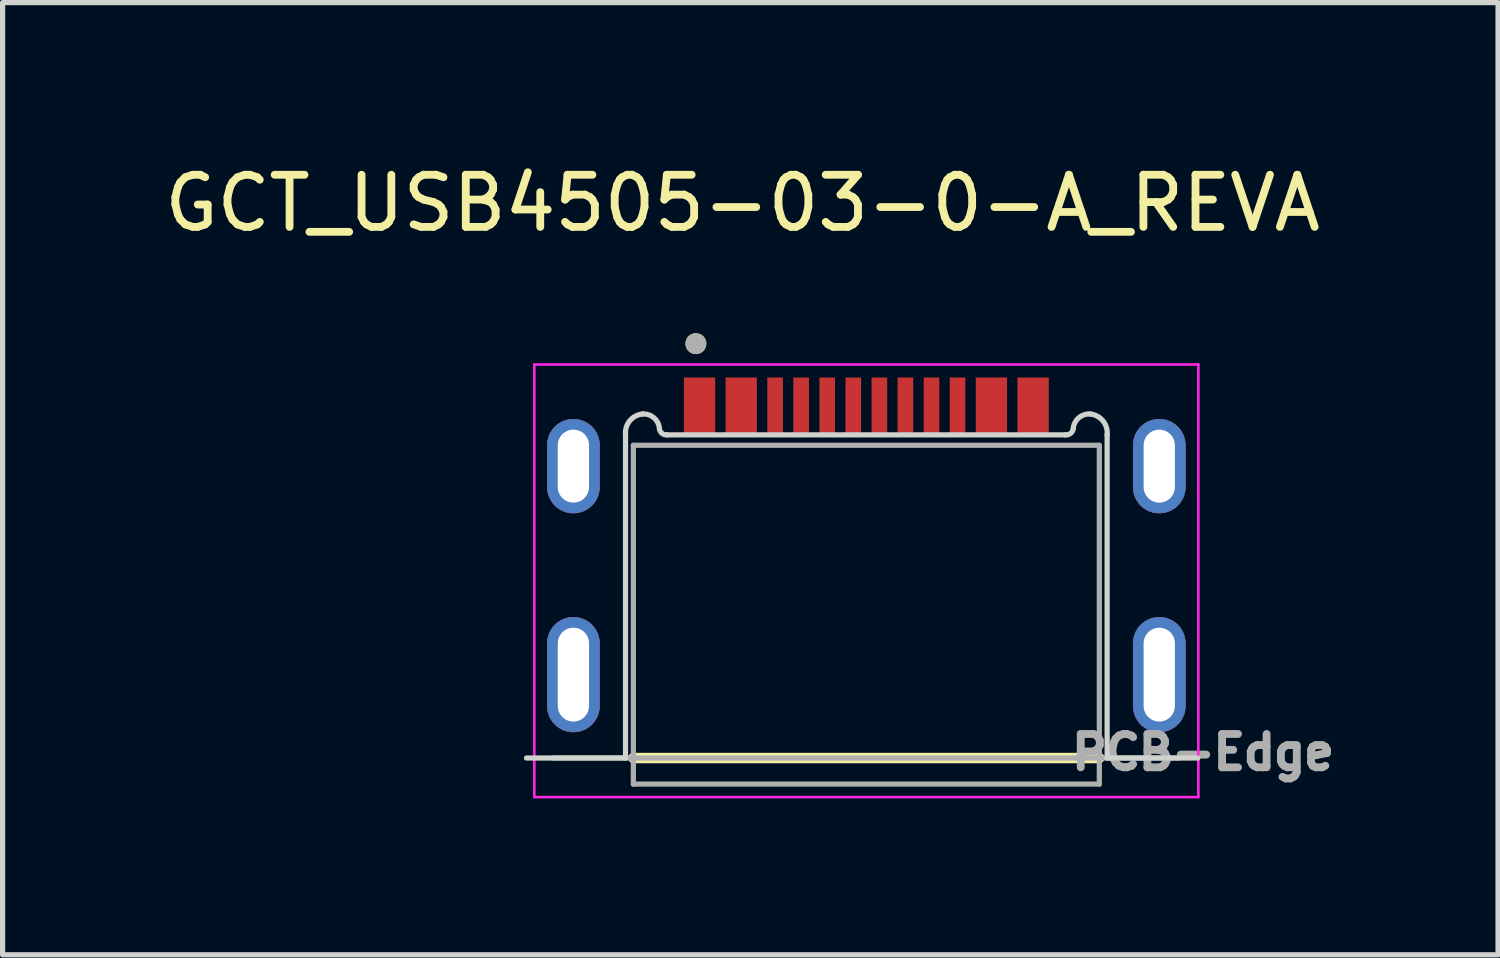
<source format=kicad_pcb>
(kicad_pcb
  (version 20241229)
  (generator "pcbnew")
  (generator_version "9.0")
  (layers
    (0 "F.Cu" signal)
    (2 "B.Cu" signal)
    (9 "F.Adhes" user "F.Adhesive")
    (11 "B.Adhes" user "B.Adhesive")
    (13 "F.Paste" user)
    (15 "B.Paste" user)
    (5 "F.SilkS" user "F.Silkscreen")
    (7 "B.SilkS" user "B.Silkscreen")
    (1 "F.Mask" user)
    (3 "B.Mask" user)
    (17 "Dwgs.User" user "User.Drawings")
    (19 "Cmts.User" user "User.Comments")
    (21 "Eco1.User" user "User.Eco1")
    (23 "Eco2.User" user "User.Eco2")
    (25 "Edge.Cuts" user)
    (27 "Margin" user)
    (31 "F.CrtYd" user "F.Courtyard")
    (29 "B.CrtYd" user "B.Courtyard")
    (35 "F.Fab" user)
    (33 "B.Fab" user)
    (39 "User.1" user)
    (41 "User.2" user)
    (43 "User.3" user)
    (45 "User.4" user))
  (footprint "GCT_USB4505-03-0-A_REVA"
    (layer "F.Cu")
    (at 13.571 9.893)
    (property "Reference" "GCT_USB4505-03-0-A_REVA" (at -2.375 -9.045 0) (layer "F.SilkS") (effects (font (size 1 1) (thickness 0.15))))
    (attr through_hole)
    (fp_poly (pts (xy -5.62 -3.1) (xy -5.646 -3.101) (xy -5.672 -3.103) (xy -5.698 -3.106) (xy -5.724 -3.111) (xy -5.749 -3.117) (xy -5.775 -3.124) (xy -5.799 -3.133) (xy -5.823 -3.143) (xy -5.847 -3.154) (xy -5.87 -3.167) (xy -5.892 -3.181) (xy -5.914 -3.195) (xy -5.935 -3.211) (xy -5.955 -3.228) (xy -5.974 -3.246) (xy -5.992 -3.265) (xy -6.009 -3.285) (xy -6.025 -3.306) (xy -6.039 -3.328) (xy -6.053 -3.35) (xy -6.066 -3.373) (xy -6.077 -3.397) (xy -6.087 -3.421) (xy -6.096 -3.445) (xy -6.103 -3.471) (xy -6.109 -3.496) (xy -6.114 -3.522) (xy -6.117 -3.548) (xy -6.119 -3.574) (xy -6.12 -3.6) (xy -6.12 -4.4) (xy -6.119 -4.426) (xy -6.117 -4.452) (xy -6.114 -4.478) (xy -6.109 -4.504) (xy -6.103 -4.529) (xy -6.096 -4.555) (xy -6.087 -4.579) (xy -6.077 -4.603) (xy -6.066 -4.627) (xy -6.053 -4.65) (xy -6.039 -4.672) (xy -6.025 -4.694) (xy -6.009 -4.715) (xy -5.992 -4.735) (xy -5.974 -4.754) (xy -5.955 -4.772) (xy -5.935 -4.789) (xy -5.914 -4.805) (xy -5.892 -4.819) (xy -5.87 -4.833) (xy -5.847 -4.846) (xy -5.823 -4.857) (xy -5.799 -4.867) (xy -5.775 -4.876) (xy -5.749 -4.883) (xy -5.724 -4.889) (xy -5.698 -4.894) (xy -5.672 -4.897) (xy -5.646 -4.899) (xy -5.62 -4.9) (xy -5.594 -4.899) (xy -5.568 -4.897) (xy -5.542 -4.894) (xy -5.516 -4.889) (xy -5.491 -4.883) (xy -5.465 -4.876) (xy -5.441 -4.867) (xy -5.417 -4.857) (xy -5.393 -4.846) (xy -5.37 -4.833) (xy -5.348 -4.819) (xy -5.326 -4.805) (xy -5.305 -4.789) (xy -5.285 -4.772) (xy -5.266 -4.754) (xy -5.248 -4.735) (xy -5.231 -4.715) (xy -5.215 -4.694) (xy -5.201 -4.672) (xy -5.187 -4.65) (xy -5.174 -4.627) (xy -5.163 -4.603) (xy -5.153 -4.579) (xy -5.144 -4.555) (xy -5.137 -4.529) (xy -5.131 -4.504) (xy -5.126 -4.478) (xy -5.123 -4.452) (xy -5.121 -4.426) (xy -5.12 -4.4) (xy -5.12 -3.6) (xy -5.121 -3.574) (xy -5.123 -3.548) (xy -5.126 -3.522) (xy -5.131 -3.496) (xy -5.137 -3.471) (xy -5.144 -3.445) (xy -5.153 -3.421) (xy -5.163 -3.397) (xy -5.174 -3.373) (xy -5.187 -3.35) (xy -5.201 -3.328) (xy -5.215 -3.306) (xy -5.231 -3.285) (xy -5.248 -3.265) (xy -5.266 -3.246) (xy -5.285 -3.228) (xy -5.305 -3.211) (xy -5.326 -3.195) (xy -5.348 -3.181) (xy -5.37 -3.167) (xy -5.393 -3.154) (xy -5.417 -3.143) (xy -5.441 -3.133) (xy -5.465 -3.124) (xy -5.491 -3.117) (xy -5.516 -3.111) (xy -5.542 -3.106) (xy -5.568 -3.103) (xy -5.594 -3.101) (xy -5.62 -3.1)) (stroke (width 0.01) (type solid)) (fill yes) (layer "F.Cu"))
    (fp_poly (pts (xy -5.62 1.1) (xy -5.646 1.099) (xy -5.672 1.097) (xy -5.698 1.094) (xy -5.724 1.089) (xy -5.749 1.083) (xy -5.775 1.076) (xy -5.799 1.067) (xy -5.823 1.057) (xy -5.847 1.046) (xy -5.87 1.033) (xy -5.892 1.019) (xy -5.914 1.005) (xy -5.935 0.989) (xy -5.955 0.972) (xy -5.974 0.954) (xy -5.992 0.935) (xy -6.009 0.915) (xy -6.025 0.894) (xy -6.039 0.872) (xy -6.053 0.85) (xy -6.066 0.827) (xy -6.077 0.803) (xy -6.087 0.779) (xy -6.096 0.755) (xy -6.103 0.729) (xy -6.109 0.704) (xy -6.114 0.678) (xy -6.117 0.652) (xy -6.119 0.626) (xy -6.12 0.6) (xy -6.12 -0.6) (xy -6.119 -0.626) (xy -6.117 -0.652) (xy -6.114 -0.678) (xy -6.109 -0.704) (xy -6.103 -0.729) (xy -6.096 -0.755) (xy -6.087 -0.779) (xy -6.077 -0.803) (xy -6.066 -0.827) (xy -6.053 -0.85) (xy -6.039 -0.872) (xy -6.025 -0.894) (xy -6.009 -0.915) (xy -5.992 -0.935) (xy -5.974 -0.954) (xy -5.955 -0.972) (xy -5.935 -0.989) (xy -5.914 -1.005) (xy -5.892 -1.019) (xy -5.87 -1.033) (xy -5.847 -1.046) (xy -5.823 -1.057) (xy -5.799 -1.067) (xy -5.775 -1.076) (xy -5.749 -1.083) (xy -5.724 -1.089) (xy -5.698 -1.094) (xy -5.672 -1.097) (xy -5.646 -1.099) (xy -5.62 -1.1) (xy -5.594 -1.099) (xy -5.568 -1.097) (xy -5.542 -1.094) (xy -5.516 -1.089) (xy -5.491 -1.083) (xy -5.465 -1.076) (xy -5.441 -1.067) (xy -5.417 -1.057) (xy -5.393 -1.046) (xy -5.37 -1.033) (xy -5.348 -1.019) (xy -5.326 -1.005) (xy -5.305 -0.989) (xy -5.285 -0.972) (xy -5.266 -0.954) (xy -5.248 -0.935) (xy -5.231 -0.915) (xy -5.215 -0.894) (xy -5.201 -0.872) (xy -5.187 -0.85) (xy -5.174 -0.827) (xy -5.163 -0.803) (xy -5.153 -0.779) (xy -5.144 -0.755) (xy -5.137 -0.729) (xy -5.131 -0.704) (xy -5.126 -0.678) (xy -5.123 -0.652) (xy -5.121 -0.626) (xy -5.12 -0.6) (xy -5.12 0.6) (xy -5.121 0.626) (xy -5.123 0.652) (xy -5.126 0.678) (xy -5.131 0.704) (xy -5.137 0.729) (xy -5.144 0.755) (xy -5.153 0.779) (xy -5.163 0.803) (xy -5.174 0.827) (xy -5.187 0.85) (xy -5.201 0.872) (xy -5.215 0.894) (xy -5.231 0.915) (xy -5.248 0.935) (xy -5.266 0.954) (xy -5.285 0.972) (xy -5.305 0.989) (xy -5.326 1.005) (xy -5.348 1.019) (xy -5.37 1.033) (xy -5.393 1.046) (xy -5.417 1.057) (xy -5.441 1.067) (xy -5.465 1.076) (xy -5.491 1.083) (xy -5.516 1.089) (xy -5.542 1.094) (xy -5.568 1.097) (xy -5.594 1.099) (xy -5.62 1.1)) (stroke (width 0.01) (type solid)) (fill yes) (layer "F.Cu"))
    (fp_poly (pts (xy 5.62 -3.1) (xy 5.594 -3.101) (xy 5.568 -3.103) (xy 5.542 -3.106) (xy 5.516 -3.111) (xy 5.491 -3.117) (xy 5.465 -3.124) (xy 5.441 -3.133) (xy 5.417 -3.143) (xy 5.393 -3.154) (xy 5.37 -3.167) (xy 5.348 -3.181) (xy 5.326 -3.195) (xy 5.305 -3.211) (xy 5.285 -3.228) (xy 5.266 -3.246) (xy 5.248 -3.265) (xy 5.231 -3.285) (xy 5.215 -3.306) (xy 5.201 -3.328) (xy 5.187 -3.35) (xy 5.174 -3.373) (xy 5.163 -3.397) (xy 5.153 -3.421) (xy 5.144 -3.445) (xy 5.137 -3.471) (xy 5.131 -3.496) (xy 5.126 -3.522) (xy 5.123 -3.548) (xy 5.121 -3.574) (xy 5.12 -3.6) (xy 5.12 -4.4) (xy 5.121 -4.426) (xy 5.123 -4.452) (xy 5.126 -4.478) (xy 5.131 -4.504) (xy 5.137 -4.529) (xy 5.144 -4.555) (xy 5.153 -4.579) (xy 5.163 -4.603) (xy 5.174 -4.627) (xy 5.187 -4.65) (xy 5.201 -4.672) (xy 5.215 -4.694) (xy 5.231 -4.715) (xy 5.248 -4.735) (xy 5.266 -4.754) (xy 5.285 -4.772) (xy 5.305 -4.789) (xy 5.326 -4.805) (xy 5.348 -4.819) (xy 5.37 -4.833) (xy 5.393 -4.846) (xy 5.417 -4.857) (xy 5.441 -4.867) (xy 5.465 -4.876) (xy 5.491 -4.883) (xy 5.516 -4.889) (xy 5.542 -4.894) (xy 5.568 -4.897) (xy 5.594 -4.899) (xy 5.62 -4.9) (xy 5.646 -4.899) (xy 5.672 -4.897) (xy 5.698 -4.894) (xy 5.724 -4.889) (xy 5.749 -4.883) (xy 5.775 -4.876) (xy 5.799 -4.867) (xy 5.823 -4.857) (xy 5.847 -4.846) (xy 5.87 -4.833) (xy 5.892 -4.819) (xy 5.914 -4.805) (xy 5.935 -4.789) (xy 5.955 -4.772) (xy 5.974 -4.754) (xy 5.992 -4.735) (xy 6.009 -4.715) (xy 6.025 -4.694) (xy 6.039 -4.672) (xy 6.053 -4.65) (xy 6.066 -4.627) (xy 6.077 -4.603) (xy 6.087 -4.579) (xy 6.096 -4.555) (xy 6.103 -4.529) (xy 6.109 -4.504) (xy 6.114 -4.478) (xy 6.117 -4.452) (xy 6.119 -4.426) (xy 6.12 -4.4) (xy 6.12 -3.6) (xy 6.119 -3.574) (xy 6.117 -3.548) (xy 6.114 -3.522) (xy 6.109 -3.496) (xy 6.103 -3.471) (xy 6.096 -3.445) (xy 6.087 -3.421) (xy 6.077 -3.397) (xy 6.066 -3.373) (xy 6.053 -3.35) (xy 6.039 -3.328) (xy 6.025 -3.306) (xy 6.009 -3.285) (xy 5.992 -3.265) (xy 5.974 -3.246) (xy 5.955 -3.228) (xy 5.935 -3.211) (xy 5.914 -3.195) (xy 5.892 -3.181) (xy 5.87 -3.167) (xy 5.847 -3.154) (xy 5.823 -3.143) (xy 5.799 -3.133) (xy 5.775 -3.124) (xy 5.749 -3.117) (xy 5.724 -3.111) (xy 5.698 -3.106) (xy 5.672 -3.103) (xy 5.646 -3.101) (xy 5.62 -3.1)) (stroke (width 0.01) (type solid)) (fill yes) (layer "F.Cu"))
    (fp_poly (pts (xy 5.62 1.1) (xy 5.594 1.099) (xy 5.568 1.097) (xy 5.542 1.094) (xy 5.516 1.089) (xy 5.491 1.083) (xy 5.465 1.076) (xy 5.441 1.067) (xy 5.417 1.057) (xy 5.393 1.046) (xy 5.37 1.033) (xy 5.348 1.019) (xy 5.326 1.005) (xy 5.305 0.989) (xy 5.285 0.972) (xy 5.266 0.954) (xy 5.248 0.935) (xy 5.231 0.915) (xy 5.215 0.894) (xy 5.201 0.872) (xy 5.187 0.85) (xy 5.174 0.827) (xy 5.163 0.803) (xy 5.153 0.779) (xy 5.144 0.755) (xy 5.137 0.729) (xy 5.131 0.704) (xy 5.126 0.678) (xy 5.123 0.652) (xy 5.121 0.626) (xy 5.12 0.6) (xy 5.12 -0.6) (xy 5.121 -0.626) (xy 5.123 -0.652) (xy 5.126 -0.678) (xy 5.131 -0.704) (xy 5.137 -0.729) (xy 5.144 -0.755) (xy 5.153 -0.779) (xy 5.163 -0.803) (xy 5.174 -0.827) (xy 5.187 -0.85) (xy 5.201 -0.872) (xy 5.215 -0.894) (xy 5.231 -0.915) (xy 5.248 -0.935) (xy 5.266 -0.954) (xy 5.285 -0.972) (xy 5.305 -0.989) (xy 5.326 -1.005) (xy 5.348 -1.019) (xy 5.37 -1.033) (xy 5.393 -1.046) (xy 5.417 -1.057) (xy 5.441 -1.067) (xy 5.465 -1.076) (xy 5.491 -1.083) (xy 5.516 -1.089) (xy 5.542 -1.094) (xy 5.568 -1.097) (xy 5.594 -1.099) (xy 5.62 -1.1) (xy 5.646 -1.099) (xy 5.672 -1.097) (xy 5.698 -1.094) (xy 5.724 -1.089) (xy 5.749 -1.083) (xy 5.775 -1.076) (xy 5.799 -1.067) (xy 5.823 -1.057) (xy 5.847 -1.046) (xy 5.87 -1.033) (xy 5.892 -1.019) (xy 5.914 -1.005) (xy 5.935 -0.989) (xy 5.955 -0.972) (xy 5.974 -0.954) (xy 5.992 -0.935) (xy 6.009 -0.915) (xy 6.025 -0.894) (xy 6.039 -0.872) (xy 6.053 -0.85) (xy 6.066 -0.827) (xy 6.077 -0.803) (xy 6.087 -0.779) (xy 6.096 -0.755) (xy 6.103 -0.729) (xy 6.109 -0.704) (xy 6.114 -0.678) (xy 6.117 -0.652) (xy 6.119 -0.626) (xy 6.12 -0.6) (xy 6.12 0.6) (xy 6.119 0.626) (xy 6.117 0.652) (xy 6.114 0.678) (xy 6.109 0.704) (xy 6.103 0.729) (xy 6.096 0.755) (xy 6.087 0.779) (xy 6.077 0.803) (xy 6.066 0.827) (xy 6.053 0.85) (xy 6.039 0.872) (xy 6.025 0.894) (xy 6.009 0.915) (xy 5.992 0.935) (xy 5.974 0.954) (xy 5.955 0.972) (xy 5.935 0.989) (xy 5.914 1.005) (xy 5.892 1.019) (xy 5.87 1.033) (xy 5.847 1.046) (xy 5.823 1.057) (xy 5.799 1.067) (xy 5.775 1.076) (xy 5.749 1.083) (xy 5.724 1.089) (xy 5.698 1.094) (xy 5.672 1.097) (xy 5.646 1.099) (xy 5.62 1.1)) (stroke (width 0.01) (type solid)) (fill yes) (layer "F.Cu"))
    (fp_poly (pts (xy -6.22 -3.6) (xy -6.22 -4.4) (xy -6.219 -4.431) (xy -6.217 -4.463) (xy -6.213 -4.494) (xy -6.207 -4.525) (xy -6.2 -4.555) (xy -6.191 -4.585) (xy -6.18 -4.615) (xy -6.168 -4.644) (xy -6.155 -4.672) (xy -6.14 -4.7) (xy -6.123 -4.727) (xy -6.105 -4.753) (xy -6.086 -4.778) (xy -6.066 -4.801) (xy -6.044 -4.824) (xy -6.021 -4.846) (xy -5.998 -4.866) (xy -5.973 -4.885) (xy -5.947 -4.903) (xy -5.92 -4.92) (xy -5.892 -4.935) (xy -5.864 -4.948) (xy -5.835 -4.96) (xy -5.805 -4.971) (xy -5.775 -4.98) (xy -5.745 -4.987) (xy -5.714 -4.993) (xy -5.683 -4.997) (xy -5.651 -4.999) (xy -5.62 -5) (xy -5.589 -4.999) (xy -5.557 -4.997) (xy -5.526 -4.993) (xy -5.495 -4.987) (xy -5.465 -4.98) (xy -5.435 -4.971) (xy -5.405 -4.96) (xy -5.376 -4.948) (xy -5.348 -4.935) (xy -5.32 -4.92) (xy -5.293 -4.903) (xy -5.267 -4.885) (xy -5.242 -4.866) (xy -5.219 -4.846) (xy -5.196 -4.824) (xy -5.174 -4.801) (xy -5.154 -4.778) (xy -5.135 -4.753) (xy -5.117 -4.727) (xy -5.1 -4.7) (xy -5.085 -4.672) (xy -5.072 -4.644) (xy -5.06 -4.615) (xy -5.049 -4.585) (xy -5.04 -4.555) (xy -5.033 -4.525) (xy -5.027 -4.494) (xy -5.023 -4.463) (xy -5.021 -4.431) (xy -5.02 -4.4) (xy -5.02 -3.6) (xy -5.021 -3.569) (xy -5.023 -3.537) (xy -5.027 -3.506) (xy -5.033 -3.475) (xy -5.04 -3.445) (xy -5.049 -3.415) (xy -5.06 -3.385) (xy -5.072 -3.356) (xy -5.085 -3.328) (xy -5.1 -3.3) (xy -5.117 -3.273) (xy -5.135 -3.247) (xy -5.154 -3.222) (xy -5.174 -3.199) (xy -5.196 -3.176) (xy -5.219 -3.154) (xy -5.242 -3.134) (xy -5.267 -3.115) (xy -5.293 -3.097) (xy -5.32 -3.08) (xy -5.348 -3.065) (xy -5.376 -3.052) (xy -5.405 -3.04) (xy -5.435 -3.029) (xy -5.465 -3.02) (xy -5.495 -3.013) (xy -5.526 -3.007) (xy -5.557 -3.003) (xy -5.589 -3.001) (xy -5.62 -3) (xy -5.651 -3.001) (xy -5.683 -3.003) (xy -5.714 -3.007) (xy -5.745 -3.013) (xy -5.775 -3.02) (xy -5.805 -3.029) (xy -5.835 -3.04) (xy -5.864 -3.052) (xy -5.892 -3.065) (xy -5.92 -3.08) (xy -5.947 -3.097) (xy -5.973 -3.115) (xy -5.998 -3.134) (xy -6.021 -3.154) (xy -6.044 -3.176) (xy -6.066 -3.199) (xy -6.086 -3.222) (xy -6.105 -3.247) (xy -6.123 -3.273) (xy -6.14 -3.3) (xy -6.155 -3.328) (xy -6.168 -3.356) (xy -6.18 -3.385) (xy -6.191 -3.415) (xy -6.2 -3.445) (xy -6.207 -3.475) (xy -6.213 -3.506) (xy -6.217 -3.537) (xy -6.219 -3.569) (xy -6.22 -3.6)) (stroke (width 0.01) (type solid)) (fill yes) (layer "F.Mask"))
    (fp_poly (pts (xy -6.22 0.6) (xy -6.22 -0.6) (xy -6.219 -0.631) (xy -6.217 -0.663) (xy -6.213 -0.694) (xy -6.207 -0.725) (xy -6.2 -0.755) (xy -6.191 -0.785) (xy -6.18 -0.815) (xy -6.168 -0.844) (xy -6.155 -0.872) (xy -6.14 -0.9) (xy -6.123 -0.927) (xy -6.105 -0.953) (xy -6.086 -0.978) (xy -6.066 -1.001) (xy -6.044 -1.024) (xy -6.021 -1.046) (xy -5.998 -1.066) (xy -5.973 -1.085) (xy -5.947 -1.103) (xy -5.92 -1.12) (xy -5.892 -1.135) (xy -5.864 -1.148) (xy -5.835 -1.16) (xy -5.805 -1.171) (xy -5.775 -1.18) (xy -5.745 -1.187) (xy -5.714 -1.193) (xy -5.683 -1.197) (xy -5.651 -1.199) (xy -5.62 -1.2) (xy -5.589 -1.199) (xy -5.557 -1.197) (xy -5.526 -1.193) (xy -5.495 -1.187) (xy -5.465 -1.18) (xy -5.435 -1.171) (xy -5.405 -1.16) (xy -5.376 -1.148) (xy -5.348 -1.135) (xy -5.32 -1.12) (xy -5.293 -1.103) (xy -5.267 -1.085) (xy -5.242 -1.066) (xy -5.219 -1.046) (xy -5.196 -1.024) (xy -5.174 -1.001) (xy -5.154 -0.978) (xy -5.135 -0.953) (xy -5.117 -0.927) (xy -5.1 -0.9) (xy -5.085 -0.872) (xy -5.072 -0.844) (xy -5.06 -0.815) (xy -5.049 -0.785) (xy -5.04 -0.755) (xy -5.033 -0.725) (xy -5.027 -0.694) (xy -5.023 -0.663) (xy -5.021 -0.631) (xy -5.02 -0.6) (xy -5.02 0.6) (xy -5.021 0.631) (xy -5.023 0.663) (xy -5.027 0.694) (xy -5.033 0.725) (xy -5.04 0.755) (xy -5.049 0.785) (xy -5.06 0.815) (xy -5.072 0.844) (xy -5.085 0.872) (xy -5.1 0.9) (xy -5.117 0.927) (xy -5.135 0.953) (xy -5.154 0.978) (xy -5.174 1.001) (xy -5.196 1.024) (xy -5.219 1.046) (xy -5.242 1.066) (xy -5.267 1.085) (xy -5.293 1.103) (xy -5.32 1.12) (xy -5.348 1.135) (xy -5.376 1.148) (xy -5.405 1.16) (xy -5.435 1.171) (xy -5.465 1.18) (xy -5.495 1.187) (xy -5.526 1.193) (xy -5.557 1.197) (xy -5.589 1.199) (xy -5.62 1.2) (xy -5.651 1.199) (xy -5.683 1.197) (xy -5.714 1.193) (xy -5.745 1.187) (xy -5.775 1.18) (xy -5.805 1.171) (xy -5.835 1.16) (xy -5.864 1.148) (xy -5.892 1.135) (xy -5.92 1.12) (xy -5.947 1.103) (xy -5.973 1.085) (xy -5.998 1.066) (xy -6.021 1.046) (xy -6.044 1.024) (xy -6.066 1.001) (xy -6.086 0.978) (xy -6.105 0.953) (xy -6.123 0.927) (xy -6.14 0.9) (xy -6.155 0.872) (xy -6.168 0.844) (xy -6.18 0.815) (xy -6.191 0.785) (xy -6.2 0.755) (xy -6.207 0.725) (xy -6.213 0.694) (xy -6.217 0.663) (xy -6.219 0.631) (xy -6.22 0.6)) (stroke (width 0.01) (type solid)) (fill yes) (layer "F.Mask"))
    (fp_poly (pts (xy 5.02 -3.6) (xy 5.02 -4.4) (xy 5.021 -4.431) (xy 5.023 -4.463) (xy 5.027 -4.494) (xy 5.033 -4.525) (xy 5.04 -4.555) (xy 5.049 -4.585) (xy 5.06 -4.615) (xy 5.072 -4.644) (xy 5.085 -4.672) (xy 5.1 -4.7) (xy 5.117 -4.727) (xy 5.135 -4.753) (xy 5.154 -4.778) (xy 5.174 -4.801) (xy 5.196 -4.824) (xy 5.219 -4.846) (xy 5.242 -4.866) (xy 5.267 -4.885) (xy 5.293 -4.903) (xy 5.32 -4.92) (xy 5.348 -4.935) (xy 5.376 -4.948) (xy 5.405 -4.96) (xy 5.435 -4.971) (xy 5.465 -4.98) (xy 5.495 -4.987) (xy 5.526 -4.993) (xy 5.557 -4.997) (xy 5.589 -4.999) (xy 5.62 -5) (xy 5.651 -4.999) (xy 5.683 -4.997) (xy 5.714 -4.993) (xy 5.745 -4.987) (xy 5.775 -4.98) (xy 5.805 -4.971) (xy 5.835 -4.96) (xy 5.864 -4.948) (xy 5.892 -4.935) (xy 5.92 -4.92) (xy 5.947 -4.903) (xy 5.973 -4.885) (xy 5.998 -4.866) (xy 6.021 -4.846) (xy 6.044 -4.824) (xy 6.066 -4.801) (xy 6.086 -4.778) (xy 6.105 -4.753) (xy 6.123 -4.727) (xy 6.14 -4.7) (xy 6.155 -4.672) (xy 6.168 -4.644) (xy 6.18 -4.615) (xy 6.191 -4.585) (xy 6.2 -4.555) (xy 6.207 -4.525) (xy 6.213 -4.494) (xy 6.217 -4.463) (xy 6.219 -4.431) (xy 6.22 -4.4) (xy 6.22 -3.6) (xy 6.219 -3.569) (xy 6.217 -3.537) (xy 6.213 -3.506) (xy 6.207 -3.475) (xy 6.2 -3.445) (xy 6.191 -3.415) (xy 6.18 -3.385) (xy 6.168 -3.356) (xy 6.155 -3.328) (xy 6.14 -3.3) (xy 6.123 -3.273) (xy 6.105 -3.247) (xy 6.086 -3.222) (xy 6.066 -3.199) (xy 6.044 -3.176) (xy 6.021 -3.154) (xy 5.998 -3.134) (xy 5.973 -3.115) (xy 5.947 -3.097) (xy 5.92 -3.08) (xy 5.892 -3.065) (xy 5.864 -3.052) (xy 5.835 -3.04) (xy 5.805 -3.029) (xy 5.775 -3.02) (xy 5.745 -3.013) (xy 5.714 -3.007) (xy 5.683 -3.003) (xy 5.651 -3.001) (xy 5.62 -3) (xy 5.589 -3.001) (xy 5.557 -3.003) (xy 5.526 -3.007) (xy 5.495 -3.013) (xy 5.465 -3.02) (xy 5.435 -3.029) (xy 5.405 -3.04) (xy 5.376 -3.052) (xy 5.348 -3.065) (xy 5.32 -3.08) (xy 5.293 -3.097) (xy 5.267 -3.115) (xy 5.242 -3.134) (xy 5.219 -3.154) (xy 5.196 -3.176) (xy 5.174 -3.199) (xy 5.154 -3.222) (xy 5.135 -3.247) (xy 5.117 -3.273) (xy 5.1 -3.3) (xy 5.085 -3.328) (xy 5.072 -3.356) (xy 5.06 -3.385) (xy 5.049 -3.415) (xy 5.04 -3.445) (xy 5.033 -3.475) (xy 5.027 -3.506) (xy 5.023 -3.537) (xy 5.021 -3.569) (xy 5.02 -3.6)) (stroke (width 0.01) (type solid)) (fill yes) (layer "F.Mask"))
    (fp_poly (pts (xy 5.02 0) (xy 5.02 -0.6) (xy 5.021 -0.631) (xy 5.023 -0.663) (xy 5.027 -0.694) (xy 5.033 -0.725) (xy 5.04 -0.755) (xy 5.049 -0.785) (xy 5.06 -0.815) (xy 5.072 -0.844) (xy 5.085 -0.872) (xy 5.1 -0.9) (xy 5.117 -0.927) (xy 5.135 -0.953) (xy 5.154 -0.978) (xy 5.174 -1.001) (xy 5.196 -1.024) (xy 5.219 -1.046) (xy 5.242 -1.066) (xy 5.267 -1.085) (xy 5.293 -1.103) (xy 5.32 -1.12) (xy 5.348 -1.135) (xy 5.376 -1.148) (xy 5.405 -1.16) (xy 5.435 -1.171) (xy 5.465 -1.18) (xy 5.495 -1.187) (xy 5.526 -1.193) (xy 5.557 -1.197) (xy 5.589 -1.199) (xy 5.62 -1.2) (xy 5.651 -1.199) (xy 5.683 -1.197) (xy 5.714 -1.193) (xy 5.745 -1.187) (xy 5.775 -1.18) (xy 5.805 -1.171) (xy 5.835 -1.16) (xy 5.864 -1.148) (xy 5.892 -1.135) (xy 5.92 -1.12) (xy 5.947 -1.103) (xy 5.973 -1.085) (xy 5.998 -1.066) (xy 6.021 -1.046) (xy 6.044 -1.024) (xy 6.066 -1.001) (xy 6.086 -0.978) (xy 6.105 -0.953) (xy 6.123 -0.927) (xy 6.14 -0.9) (xy 6.155 -0.872) (xy 6.168 -0.844) (xy 6.18 -0.815) (xy 6.191 -0.785) (xy 6.2 -0.755) (xy 6.207 -0.725) (xy 6.213 -0.694) (xy 6.217 -0.663) (xy 6.219 -0.631) (xy 6.22 -0.6) (xy 6.22 0) (xy 6.22 0.6) (xy 6.219 0.631) (xy 6.217 0.663) (xy 6.213 0.694) (xy 6.207 0.725) (xy 6.2 0.755) (xy 6.191 0.785) (xy 6.18 0.815) (xy 6.168 0.844) (xy 6.155 0.872) (xy 6.14 0.9) (xy 6.123 0.927) (xy 6.105 0.953) (xy 6.086 0.978) (xy 6.066 1.001) (xy 6.044 1.024) (xy 6.021 1.046) (xy 5.998 1.066) (xy 5.973 1.085) (xy 5.947 1.103) (xy 5.92 1.12) (xy 5.892 1.135) (xy 5.864 1.148) (xy 5.835 1.16) (xy 5.805 1.171) (xy 5.775 1.18) (xy 5.745 1.187) (xy 5.714 1.193) (xy 5.683 1.197) (xy 5.651 1.199) (xy 5.62 1.2) (xy 5.589 1.199) (xy 5.557 1.197) (xy 5.526 1.193) (xy 5.495 1.187) (xy 5.465 1.18) (xy 5.435 1.171) (xy 5.405 1.16) (xy 5.376 1.148) (xy 5.348 1.135) (xy 5.32 1.12) (xy 5.293 1.103) (xy 5.267 1.085) (xy 5.242 1.066) (xy 5.219 1.046) (xy 5.196 1.024) (xy 5.174 1.001) (xy 5.154 0.978) (xy 5.135 0.953) (xy 5.117 0.927) (xy 5.1 0.9) (xy 5.085 0.872) (xy 5.072 0.844) (xy 5.06 0.815) (xy 5.049 0.785) (xy 5.04 0.755) (xy 5.033 0.725) (xy 5.027 0.694) (xy 5.023 0.663) (xy 5.021 0.631) (xy 5.02 0.6) (xy 5.02 0)) (stroke (width 0.01) (type solid)) (fill yes) (layer "F.Mask"))
    (fp_poly (pts (xy -5.62 -3.1) (xy -5.646 -3.101) (xy -5.672 -3.103) (xy -5.698 -3.106) (xy -5.724 -3.111) (xy -5.749 -3.117) (xy -5.775 -3.124) (xy -5.799 -3.133) (xy -5.823 -3.143) (xy -5.847 -3.154) (xy -5.87 -3.167) (xy -5.892 -3.181) (xy -5.914 -3.195) (xy -5.935 -3.211) (xy -5.955 -3.228) (xy -5.974 -3.246) (xy -5.992 -3.265) (xy -6.009 -3.285) (xy -6.025 -3.306) (xy -6.039 -3.328) (xy -6.053 -3.35) (xy -6.066 -3.373) (xy -6.077 -3.397) (xy -6.087 -3.421) (xy -6.096 -3.445) (xy -6.103 -3.471) (xy -6.109 -3.496) (xy -6.114 -3.522) (xy -6.117 -3.548) (xy -6.119 -3.574) (xy -6.12 -3.6) (xy -6.12 -4.4) (xy -6.119 -4.426) (xy -6.117 -4.452) (xy -6.114 -4.478) (xy -6.109 -4.504) (xy -6.103 -4.529) (xy -6.096 -4.555) (xy -6.087 -4.579) (xy -6.077 -4.603) (xy -6.066 -4.627) (xy -6.053 -4.65) (xy -6.039 -4.672) (xy -6.025 -4.694) (xy -6.009 -4.715) (xy -5.992 -4.735) (xy -5.974 -4.754) (xy -5.955 -4.772) (xy -5.935 -4.789) (xy -5.914 -4.805) (xy -5.892 -4.819) (xy -5.87 -4.833) (xy -5.847 -4.846) (xy -5.823 -4.857) (xy -5.799 -4.867) (xy -5.775 -4.876) (xy -5.749 -4.883) (xy -5.724 -4.889) (xy -5.698 -4.894) (xy -5.672 -4.897) (xy -5.646 -4.899) (xy -5.62 -4.9) (xy -5.594 -4.899) (xy -5.568 -4.897) (xy -5.542 -4.894) (xy -5.516 -4.889) (xy -5.491 -4.883) (xy -5.465 -4.876) (xy -5.441 -4.867) (xy -5.417 -4.857) (xy -5.393 -4.846) (xy -5.37 -4.833) (xy -5.348 -4.819) (xy -5.326 -4.805) (xy -5.305 -4.789) (xy -5.285 -4.772) (xy -5.266 -4.754) (xy -5.248 -4.735) (xy -5.231 -4.715) (xy -5.215 -4.694) (xy -5.201 -4.672) (xy -5.187 -4.65) (xy -5.174 -4.627) (xy -5.163 -4.603) (xy -5.153 -4.579) (xy -5.144 -4.555) (xy -5.137 -4.529) (xy -5.131 -4.504) (xy -5.126 -4.478) (xy -5.123 -4.452) (xy -5.121 -4.426) (xy -5.12 -4.4) (xy -5.12 -3.6) (xy -5.121 -3.574) (xy -5.123 -3.548) (xy -5.126 -3.522) (xy -5.131 -3.496) (xy -5.137 -3.471) (xy -5.144 -3.445) (xy -5.153 -3.421) (xy -5.163 -3.397) (xy -5.174 -3.373) (xy -5.187 -3.35) (xy -5.201 -3.328) (xy -5.215 -3.306) (xy -5.231 -3.285) (xy -5.248 -3.265) (xy -5.266 -3.246) (xy -5.285 -3.228) (xy -5.305 -3.211) (xy -5.326 -3.195) (xy -5.348 -3.181) (xy -5.37 -3.167) (xy -5.393 -3.154) (xy -5.417 -3.143) (xy -5.441 -3.133) (xy -5.465 -3.124) (xy -5.491 -3.117) (xy -5.516 -3.111) (xy -5.542 -3.106) (xy -5.568 -3.103) (xy -5.594 -3.101) (xy -5.62 -3.1)) (stroke (width 0.01) (type solid)) (fill yes) (layer "B.Cu"))
    (fp_poly (pts (xy -5.62 1.1) (xy -5.646 1.099) (xy -5.672 1.097) (xy -5.698 1.094) (xy -5.724 1.089) (xy -5.749 1.083) (xy -5.775 1.076) (xy -5.799 1.067) (xy -5.823 1.057) (xy -5.847 1.046) (xy -5.87 1.033) (xy -5.892 1.019) (xy -5.914 1.005) (xy -5.935 0.989) (xy -5.955 0.972) (xy -5.974 0.954) (xy -5.992 0.935) (xy -6.009 0.915) (xy -6.025 0.894) (xy -6.039 0.872) (xy -6.053 0.85) (xy -6.066 0.827) (xy -6.077 0.803) (xy -6.087 0.779) (xy -6.096 0.755) (xy -6.103 0.729) (xy -6.109 0.704) (xy -6.114 0.678) (xy -6.117 0.652) (xy -6.119 0.626) (xy -6.12 0.6) (xy -6.12 -0.6) (xy -6.119 -0.626) (xy -6.117 -0.652) (xy -6.114 -0.678) (xy -6.109 -0.704) (xy -6.103 -0.729) (xy -6.096 -0.755) (xy -6.087 -0.779) (xy -6.077 -0.803) (xy -6.066 -0.827) (xy -6.053 -0.85) (xy -6.039 -0.872) (xy -6.025 -0.894) (xy -6.009 -0.915) (xy -5.992 -0.935) (xy -5.974 -0.954) (xy -5.955 -0.972) (xy -5.935 -0.989) (xy -5.914 -1.005) (xy -5.892 -1.019) (xy -5.87 -1.033) (xy -5.847 -1.046) (xy -5.823 -1.057) (xy -5.799 -1.067) (xy -5.775 -1.076) (xy -5.749 -1.083) (xy -5.724 -1.089) (xy -5.698 -1.094) (xy -5.672 -1.097) (xy -5.646 -1.099) (xy -5.62 -1.1) (xy -5.594 -1.099) (xy -5.568 -1.097) (xy -5.542 -1.094) (xy -5.516 -1.089) (xy -5.491 -1.083) (xy -5.465 -1.076) (xy -5.441 -1.067) (xy -5.417 -1.057) (xy -5.393 -1.046) (xy -5.37 -1.033) (xy -5.348 -1.019) (xy -5.326 -1.005) (xy -5.305 -0.989) (xy -5.285 -0.972) (xy -5.266 -0.954) (xy -5.248 -0.935) (xy -5.231 -0.915) (xy -5.215 -0.894) (xy -5.201 -0.872) (xy -5.187 -0.85) (xy -5.174 -0.827) (xy -5.163 -0.803) (xy -5.153 -0.779) (xy -5.144 -0.755) (xy -5.137 -0.729) (xy -5.131 -0.704) (xy -5.126 -0.678) (xy -5.123 -0.652) (xy -5.121 -0.626) (xy -5.12 -0.6) (xy -5.12 0.6) (xy -5.121 0.626) (xy -5.123 0.652) (xy -5.126 0.678) (xy -5.131 0.704) (xy -5.137 0.729) (xy -5.144 0.755) (xy -5.153 0.779) (xy -5.163 0.803) (xy -5.174 0.827) (xy -5.187 0.85) (xy -5.201 0.872) (xy -5.215 0.894) (xy -5.231 0.915) (xy -5.248 0.935) (xy -5.266 0.954) (xy -5.285 0.972) (xy -5.305 0.989) (xy -5.326 1.005) (xy -5.348 1.019) (xy -5.37 1.033) (xy -5.393 1.046) (xy -5.417 1.057) (xy -5.441 1.067) (xy -5.465 1.076) (xy -5.491 1.083) (xy -5.516 1.089) (xy -5.542 1.094) (xy -5.568 1.097) (xy -5.594 1.099) (xy -5.62 1.1)) (stroke (width 0.01) (type solid)) (fill yes) (layer "B.Cu"))
    (fp_poly (pts (xy 5.62 -3.1) (xy 5.594 -3.101) (xy 5.568 -3.103) (xy 5.542 -3.106) (xy 5.516 -3.111) (xy 5.491 -3.117) (xy 5.465 -3.124) (xy 5.441 -3.133) (xy 5.417 -3.143) (xy 5.393 -3.154) (xy 5.37 -3.167) (xy 5.348 -3.181) (xy 5.326 -3.195) (xy 5.305 -3.211) (xy 5.285 -3.228) (xy 5.266 -3.246) (xy 5.248 -3.265) (xy 5.231 -3.285) (xy 5.215 -3.306) (xy 5.201 -3.328) (xy 5.187 -3.35) (xy 5.174 -3.373) (xy 5.163 -3.397) (xy 5.153 -3.421) (xy 5.144 -3.445) (xy 5.137 -3.471) (xy 5.131 -3.496) (xy 5.126 -3.522) (xy 5.123 -3.548) (xy 5.121 -3.574) (xy 5.12 -3.6) (xy 5.12 -4.4) (xy 5.121 -4.426) (xy 5.123 -4.452) (xy 5.126 -4.478) (xy 5.131 -4.504) (xy 5.137 -4.529) (xy 5.144 -4.555) (xy 5.153 -4.579) (xy 5.163 -4.603) (xy 5.174 -4.627) (xy 5.187 -4.65) (xy 5.201 -4.672) (xy 5.215 -4.694) (xy 5.231 -4.715) (xy 5.248 -4.735) (xy 5.266 -4.754) (xy 5.285 -4.772) (xy 5.305 -4.789) (xy 5.326 -4.805) (xy 5.348 -4.819) (xy 5.37 -4.833) (xy 5.393 -4.846) (xy 5.417 -4.857) (xy 5.441 -4.867) (xy 5.465 -4.876) (xy 5.491 -4.883) (xy 5.516 -4.889) (xy 5.542 -4.894) (xy 5.568 -4.897) (xy 5.594 -4.899) (xy 5.62 -4.9) (xy 5.646 -4.899) (xy 5.672 -4.897) (xy 5.698 -4.894) (xy 5.724 -4.889) (xy 5.749 -4.883) (xy 5.775 -4.876) (xy 5.799 -4.867) (xy 5.823 -4.857) (xy 5.847 -4.846) (xy 5.87 -4.833) (xy 5.892 -4.819) (xy 5.914 -4.805) (xy 5.935 -4.789) (xy 5.955 -4.772) (xy 5.974 -4.754) (xy 5.992 -4.735) (xy 6.009 -4.715) (xy 6.025 -4.694) (xy 6.039 -4.672) (xy 6.053 -4.65) (xy 6.066 -4.627) (xy 6.077 -4.603) (xy 6.087 -4.579) (xy 6.096 -4.555) (xy 6.103 -4.529) (xy 6.109 -4.504) (xy 6.114 -4.478) (xy 6.117 -4.452) (xy 6.119 -4.426) (xy 6.12 -4.4) (xy 6.12 -3.6) (xy 6.119 -3.574) (xy 6.117 -3.548) (xy 6.114 -3.522) (xy 6.109 -3.496) (xy 6.103 -3.471) (xy 6.096 -3.445) (xy 6.087 -3.421) (xy 6.077 -3.397) (xy 6.066 -3.373) (xy 6.053 -3.35) (xy 6.039 -3.328) (xy 6.025 -3.306) (xy 6.009 -3.285) (xy 5.992 -3.265) (xy 5.974 -3.246) (xy 5.955 -3.228) (xy 5.935 -3.211) (xy 5.914 -3.195) (xy 5.892 -3.181) (xy 5.87 -3.167) (xy 5.847 -3.154) (xy 5.823 -3.143) (xy 5.799 -3.133) (xy 5.775 -3.124) (xy 5.749 -3.117) (xy 5.724 -3.111) (xy 5.698 -3.106) (xy 5.672 -3.103) (xy 5.646 -3.101) (xy 5.62 -3.1)) (stroke (width 0.01) (type solid)) (fill yes) (layer "B.Cu"))
    (fp_poly (pts (xy 5.62 1.1) (xy 5.594 1.099) (xy 5.568 1.097) (xy 5.542 1.094) (xy 5.516 1.089) (xy 5.491 1.083) (xy 5.465 1.076) (xy 5.441 1.067) (xy 5.417 1.057) (xy 5.393 1.046) (xy 5.37 1.033) (xy 5.348 1.019) (xy 5.326 1.005) (xy 5.305 0.989) (xy 5.285 0.972) (xy 5.266 0.954) (xy 5.248 0.935) (xy 5.231 0.915) (xy 5.215 0.894) (xy 5.201 0.872) (xy 5.187 0.85) (xy 5.174 0.827) (xy 5.163 0.803) (xy 5.153 0.779) (xy 5.144 0.755) (xy 5.137 0.729) (xy 5.131 0.704) (xy 5.126 0.678) (xy 5.123 0.652) (xy 5.121 0.626) (xy 5.12 0.6) (xy 5.12 -0.6) (xy 5.121 -0.626) (xy 5.123 -0.652) (xy 5.126 -0.678) (xy 5.131 -0.704) (xy 5.137 -0.729) (xy 5.144 -0.755) (xy 5.153 -0.779) (xy 5.163 -0.803) (xy 5.174 -0.827) (xy 5.187 -0.85) (xy 5.201 -0.872) (xy 5.215 -0.894) (xy 5.231 -0.915) (xy 5.248 -0.935) (xy 5.266 -0.954) (xy 5.285 -0.972) (xy 5.305 -0.989) (xy 5.326 -1.005) (xy 5.348 -1.019) (xy 5.37 -1.033) (xy 5.393 -1.046) (xy 5.417 -1.057) (xy 5.441 -1.067) (xy 5.465 -1.076) (xy 5.491 -1.083) (xy 5.516 -1.089) (xy 5.542 -1.094) (xy 5.568 -1.097) (xy 5.594 -1.099) (xy 5.62 -1.1) (xy 5.646 -1.099) (xy 5.672 -1.097) (xy 5.698 -1.094) (xy 5.724 -1.089) (xy 5.749 -1.083) (xy 5.775 -1.076) (xy 5.799 -1.067) (xy 5.823 -1.057) (xy 5.847 -1.046) (xy 5.87 -1.033) (xy 5.892 -1.019) (xy 5.914 -1.005) (xy 5.935 -0.989) (xy 5.955 -0.972) (xy 5.974 -0.954) (xy 5.992 -0.935) (xy 6.009 -0.915) (xy 6.025 -0.894) (xy 6.039 -0.872) (xy 6.053 -0.85) (xy 6.066 -0.827) (xy 6.077 -0.803) (xy 6.087 -0.779) (xy 6.096 -0.755) (xy 6.103 -0.729) (xy 6.109 -0.704) (xy 6.114 -0.678) (xy 6.117 -0.652) (xy 6.119 -0.626) (xy 6.12 -0.6) (xy 6.12 0.6) (xy 6.119 0.626) (xy 6.117 0.652) (xy 6.114 0.678) (xy 6.109 0.704) (xy 6.103 0.729) (xy 6.096 0.755) (xy 6.087 0.779) (xy 6.077 0.803) (xy 6.066 0.827) (xy 6.053 0.85) (xy 6.039 0.872) (xy 6.025 0.894) (xy 6.009 0.915) (xy 5.992 0.935) (xy 5.974 0.954) (xy 5.955 0.972) (xy 5.935 0.989) (xy 5.914 1.005) (xy 5.892 1.019) (xy 5.87 1.033) (xy 5.847 1.046) (xy 5.823 1.057) (xy 5.799 1.067) (xy 5.775 1.076) (xy 5.749 1.083) (xy 5.724 1.089) (xy 5.698 1.094) (xy 5.672 1.097) (xy 5.646 1.099) (xy 5.62 1.1)) (stroke (width 0.01) (type solid)) (fill yes) (layer "B.Cu"))
    (fp_poly (pts (xy -6.22 -3.6) (xy -6.22 -4.4) (xy -6.219 -4.431) (xy -6.217 -4.463) (xy -6.213 -4.494) (xy -6.207 -4.525) (xy -6.2 -4.555) (xy -6.191 -4.585) (xy -6.18 -4.615) (xy -6.168 -4.644) (xy -6.155 -4.672) (xy -6.14 -4.7) (xy -6.123 -4.727) (xy -6.105 -4.753) (xy -6.086 -4.778) (xy -6.066 -4.801) (xy -6.044 -4.824) (xy -6.021 -4.846) (xy -5.998 -4.866) (xy -5.973 -4.885) (xy -5.947 -4.903) (xy -5.92 -4.92) (xy -5.892 -4.935) (xy -5.864 -4.948) (xy -5.835 -4.96) (xy -5.805 -4.971) (xy -5.775 -4.98) (xy -5.745 -4.987) (xy -5.714 -4.993) (xy -5.683 -4.997) (xy -5.651 -4.999) (xy -5.62 -5) (xy -5.589 -4.999) (xy -5.557 -4.997) (xy -5.526 -4.993) (xy -5.495 -4.987) (xy -5.465 -4.98) (xy -5.435 -4.971) (xy -5.405 -4.96) (xy -5.376 -4.948) (xy -5.348 -4.935) (xy -5.32 -4.92) (xy -5.293 -4.903) (xy -5.267 -4.885) (xy -5.242 -4.866) (xy -5.219 -4.846) (xy -5.196 -4.824) (xy -5.174 -4.801) (xy -5.154 -4.778) (xy -5.135 -4.753) (xy -5.117 -4.727) (xy -5.1 -4.7) (xy -5.085 -4.672) (xy -5.072 -4.644) (xy -5.06 -4.615) (xy -5.049 -4.585) (xy -5.04 -4.555) (xy -5.033 -4.525) (xy -5.027 -4.494) (xy -5.023 -4.463) (xy -5.021 -4.431) (xy -5.02 -4.4) (xy -5.02 -3.6) (xy -5.021 -3.569) (xy -5.023 -3.537) (xy -5.027 -3.506) (xy -5.033 -3.475) (xy -5.04 -3.445) (xy -5.049 -3.415) (xy -5.06 -3.385) (xy -5.072 -3.356) (xy -5.085 -3.328) (xy -5.1 -3.3) (xy -5.117 -3.273) (xy -5.135 -3.247) (xy -5.154 -3.222) (xy -5.174 -3.199) (xy -5.196 -3.176) (xy -5.219 -3.154) (xy -5.242 -3.134) (xy -5.267 -3.115) (xy -5.293 -3.097) (xy -5.32 -3.08) (xy -5.348 -3.065) (xy -5.376 -3.052) (xy -5.405 -3.04) (xy -5.435 -3.029) (xy -5.465 -3.02) (xy -5.495 -3.013) (xy -5.526 -3.007) (xy -5.557 -3.003) (xy -5.589 -3.001) (xy -5.62 -3) (xy -5.651 -3.001) (xy -5.683 -3.003) (xy -5.714 -3.007) (xy -5.745 -3.013) (xy -5.775 -3.02) (xy -5.805 -3.029) (xy -5.835 -3.04) (xy -5.864 -3.052) (xy -5.892 -3.065) (xy -5.92 -3.08) (xy -5.947 -3.097) (xy -5.973 -3.115) (xy -5.998 -3.134) (xy -6.021 -3.154) (xy -6.044 -3.176) (xy -6.066 -3.199) (xy -6.086 -3.222) (xy -6.105 -3.247) (xy -6.123 -3.273) (xy -6.14 -3.3) (xy -6.155 -3.328) (xy -6.168 -3.356) (xy -6.18 -3.385) (xy -6.191 -3.415) (xy -6.2 -3.445) (xy -6.207 -3.475) (xy -6.213 -3.506) (xy -6.217 -3.537) (xy -6.219 -3.569) (xy -6.22 -3.6)) (stroke (width 0.01) (type solid)) (fill yes) (layer "B.Mask"))
    (fp_poly (pts (xy -6.22 0.6) (xy -6.22 -0.6) (xy -6.219 -0.631) (xy -6.217 -0.663) (xy -6.213 -0.694) (xy -6.207 -0.725) (xy -6.2 -0.755) (xy -6.191 -0.785) (xy -6.18 -0.815) (xy -6.168 -0.844) (xy -6.155 -0.872) (xy -6.14 -0.9) (xy -6.123 -0.927) (xy -6.105 -0.953) (xy -6.086 -0.978) (xy -6.066 -1.001) (xy -6.044 -1.024) (xy -6.021 -1.046) (xy -5.998 -1.066) (xy -5.973 -1.085) (xy -5.947 -1.103) (xy -5.92 -1.12) (xy -5.892 -1.135) (xy -5.864 -1.148) (xy -5.835 -1.16) (xy -5.805 -1.171) (xy -5.775 -1.18) (xy -5.745 -1.187) (xy -5.714 -1.193) (xy -5.683 -1.197) (xy -5.651 -1.199) (xy -5.62 -1.2) (xy -5.589 -1.199) (xy -5.557 -1.197) (xy -5.526 -1.193) (xy -5.495 -1.187) (xy -5.465 -1.18) (xy -5.435 -1.171) (xy -5.405 -1.16) (xy -5.376 -1.148) (xy -5.348 -1.135) (xy -5.32 -1.12) (xy -5.293 -1.103) (xy -5.267 -1.085) (xy -5.242 -1.066) (xy -5.219 -1.046) (xy -5.196 -1.024) (xy -5.174 -1.001) (xy -5.154 -0.978) (xy -5.135 -0.953) (xy -5.117 -0.927) (xy -5.1 -0.9) (xy -5.085 -0.872) (xy -5.072 -0.844) (xy -5.06 -0.815) (xy -5.049 -0.785) (xy -5.04 -0.755) (xy -5.033 -0.725) (xy -5.027 -0.694) (xy -5.023 -0.663) (xy -5.021 -0.631) (xy -5.02 -0.6) (xy -5.02 0.6) (xy -5.021 0.631) (xy -5.023 0.663) (xy -5.027 0.694) (xy -5.033 0.725) (xy -5.04 0.755) (xy -5.049 0.785) (xy -5.06 0.815) (xy -5.072 0.844) (xy -5.085 0.872) (xy -5.1 0.9) (xy -5.117 0.927) (xy -5.135 0.953) (xy -5.154 0.978) (xy -5.174 1.001) (xy -5.196 1.024) (xy -5.219 1.046) (xy -5.242 1.066) (xy -5.267 1.085) (xy -5.293 1.103) (xy -5.32 1.12) (xy -5.348 1.135) (xy -5.376 1.148) (xy -5.405 1.16) (xy -5.435 1.171) (xy -5.465 1.18) (xy -5.495 1.187) (xy -5.526 1.193) (xy -5.557 1.197) (xy -5.589 1.199) (xy -5.62 1.2) (xy -5.651 1.199) (xy -5.683 1.197) (xy -5.714 1.193) (xy -5.745 1.187) (xy -5.775 1.18) (xy -5.805 1.171) (xy -5.835 1.16) (xy -5.864 1.148) (xy -5.892 1.135) (xy -5.92 1.12) (xy -5.947 1.103) (xy -5.973 1.085) (xy -5.998 1.066) (xy -6.021 1.046) (xy -6.044 1.024) (xy -6.066 1.001) (xy -6.086 0.978) (xy -6.105 0.953) (xy -6.123 0.927) (xy -6.14 0.9) (xy -6.155 0.872) (xy -6.168 0.844) (xy -6.18 0.815) (xy -6.191 0.785) (xy -6.2 0.755) (xy -6.207 0.725) (xy -6.213 0.694) (xy -6.217 0.663) (xy -6.219 0.631) (xy -6.22 0.6)) (stroke (width 0.01) (type solid)) (fill yes) (layer "B.Mask"))
    (fp_poly (pts (xy 5.02 -3.6) (xy 5.02 -4.4) (xy 5.021 -4.431) (xy 5.023 -4.463) (xy 5.027 -4.494) (xy 5.033 -4.525) (xy 5.04 -4.555) (xy 5.049 -4.585) (xy 5.06 -4.615) (xy 5.072 -4.644) (xy 5.085 -4.672) (xy 5.1 -4.7) (xy 5.117 -4.727) (xy 5.135 -4.753) (xy 5.154 -4.778) (xy 5.174 -4.801) (xy 5.196 -4.824) (xy 5.219 -4.846) (xy 5.242 -4.866) (xy 5.267 -4.885) (xy 5.293 -4.903) (xy 5.32 -4.92) (xy 5.348 -4.935) (xy 5.376 -4.948) (xy 5.405 -4.96) (xy 5.435 -4.971) (xy 5.465 -4.98) (xy 5.495 -4.987) (xy 5.526 -4.993) (xy 5.557 -4.997) (xy 5.589 -4.999) (xy 5.62 -5) (xy 5.651 -4.999) (xy 5.683 -4.997) (xy 5.714 -4.993) (xy 5.745 -4.987) (xy 5.775 -4.98) (xy 5.805 -4.971) (xy 5.835 -4.96) (xy 5.864 -4.948) (xy 5.892 -4.935) (xy 5.92 -4.92) (xy 5.947 -4.903) (xy 5.973 -4.885) (xy 5.998 -4.866) (xy 6.021 -4.846) (xy 6.044 -4.824) (xy 6.066 -4.801) (xy 6.086 -4.778) (xy 6.105 -4.753) (xy 6.123 -4.727) (xy 6.14 -4.7) (xy 6.155 -4.672) (xy 6.168 -4.644) (xy 6.18 -4.615) (xy 6.191 -4.585) (xy 6.2 -4.555) (xy 6.207 -4.525) (xy 6.213 -4.494) (xy 6.217 -4.463) (xy 6.219 -4.431) (xy 6.22 -4.4) (xy 6.22 -3.6) (xy 6.219 -3.569) (xy 6.217 -3.537) (xy 6.213 -3.506) (xy 6.207 -3.475) (xy 6.2 -3.445) (xy 6.191 -3.415) (xy 6.18 -3.385) (xy 6.168 -3.356) (xy 6.155 -3.328) (xy 6.14 -3.3) (xy 6.123 -3.273) (xy 6.105 -3.247) (xy 6.086 -3.222) (xy 6.066 -3.199) (xy 6.044 -3.176) (xy 6.021 -3.154) (xy 5.998 -3.134) (xy 5.973 -3.115) (xy 5.947 -3.097) (xy 5.92 -3.08) (xy 5.892 -3.065) (xy 5.864 -3.052) (xy 5.835 -3.04) (xy 5.805 -3.029) (xy 5.775 -3.02) (xy 5.745 -3.013) (xy 5.714 -3.007) (xy 5.683 -3.003) (xy 5.651 -3.001) (xy 5.62 -3) (xy 5.589 -3.001) (xy 5.557 -3.003) (xy 5.526 -3.007) (xy 5.495 -3.013) (xy 5.465 -3.02) (xy 5.435 -3.029) (xy 5.405 -3.04) (xy 5.376 -3.052) (xy 5.348 -3.065) (xy 5.32 -3.08) (xy 5.293 -3.097) (xy 5.267 -3.115) (xy 5.242 -3.134) (xy 5.219 -3.154) (xy 5.196 -3.176) (xy 5.174 -3.199) (xy 5.154 -3.222) (xy 5.135 -3.247) (xy 5.117 -3.273) (xy 5.1 -3.3) (xy 5.085 -3.328) (xy 5.072 -3.356) (xy 5.06 -3.385) (xy 5.049 -3.415) (xy 5.04 -3.445) (xy 5.033 -3.475) (xy 5.027 -3.506) (xy 5.023 -3.537) (xy 5.021 -3.569) (xy 5.02 -3.6)) (stroke (width 0.01) (type solid)) (fill yes) (layer "B.Mask"))
    (fp_poly (pts (xy 5.02 0.6) (xy 5.02 -0.6) (xy 5.021 -0.631) (xy 5.023 -0.663) (xy 5.027 -0.694) (xy 5.033 -0.725) (xy 5.04 -0.755) (xy 5.049 -0.785) (xy 5.06 -0.815) (xy 5.072 -0.844) (xy 5.085 -0.872) (xy 5.1 -0.9) (xy 5.117 -0.927) (xy 5.135 -0.953) (xy 5.154 -0.978) (xy 5.174 -1.001) (xy 5.196 -1.024) (xy 5.219 -1.046) (xy 5.242 -1.066) (xy 5.267 -1.085) (xy 5.293 -1.103) (xy 5.32 -1.12) (xy 5.348 -1.135) (xy 5.376 -1.148) (xy 5.405 -1.16) (xy 5.435 -1.171) (xy 5.465 -1.18) (xy 5.495 -1.187) (xy 5.526 -1.193) (xy 5.557 -1.197) (xy 5.589 -1.199) (xy 5.62 -1.2) (xy 5.651 -1.199) (xy 5.683 -1.197) (xy 5.714 -1.193) (xy 5.745 -1.187) (xy 5.775 -1.18) (xy 5.805 -1.171) (xy 5.835 -1.16) (xy 5.864 -1.148) (xy 5.892 -1.135) (xy 5.92 -1.12) (xy 5.947 -1.103) (xy 5.973 -1.085) (xy 5.998 -1.066) (xy 6.021 -1.046) (xy 6.044 -1.024) (xy 6.066 -1.001) (xy 6.086 -0.978) (xy 6.105 -0.953) (xy 6.123 -0.927) (xy 6.14 -0.9) (xy 6.155 -0.872) (xy 6.168 -0.844) (xy 6.18 -0.815) (xy 6.191 -0.785) (xy 6.2 -0.755) (xy 6.207 -0.725) (xy 6.213 -0.694) (xy 6.217 -0.663) (xy 6.219 -0.631) (xy 6.22 -0.6) (xy 6.22 0.6) (xy 6.219 0.631) (xy 6.217 0.663) (xy 6.213 0.694) (xy 6.207 0.725) (xy 6.2 0.755) (xy 6.191 0.785) (xy 6.18 0.815) (xy 6.168 0.844) (xy 6.155 0.872) (xy 6.14 0.9) (xy 6.123 0.927) (xy 6.105 0.953) (xy 6.086 0.978) (xy 6.066 1.001) (xy 6.044 1.024) (xy 6.021 1.046) (xy 5.998 1.066) (xy 5.973 1.085) (xy 5.947 1.103) (xy 5.92 1.12) (xy 5.892 1.135) (xy 5.864 1.148) (xy 5.835 1.16) (xy 5.805 1.171) (xy 5.775 1.18) (xy 5.745 1.187) (xy 5.714 1.193) (xy 5.683 1.197) (xy 5.651 1.199) (xy 5.62 1.2) (xy 5.589 1.199) (xy 5.557 1.197) (xy 5.526 1.193) (xy 5.495 1.187) (xy 5.465 1.18) (xy 5.435 1.171) (xy 5.405 1.16) (xy 5.376 1.148) (xy 5.348 1.135) (xy 5.32 1.12) (xy 5.293 1.103) (xy 5.267 1.085) (xy 5.242 1.066) (xy 5.219 1.046) (xy 5.196 1.024) (xy 5.174 1.001) (xy 5.154 0.978) (xy 5.135 0.953) (xy 5.117 0.927) (xy 5.1 0.9) (xy 5.085 0.872) (xy 5.072 0.844) (xy 5.06 0.815) (xy 5.049 0.785) (xy 5.04 0.755) (xy 5.033 0.725) (xy 5.027 0.694) (xy 5.023 0.663) (xy 5.021 0.631) (xy 5.02 0.6)) (stroke (width 0.01) (type solid)) (fill yes) (layer "B.Mask"))
    (fp_line (start -4.47 1.6) (end 4.47 1.6) (stroke (width 0.2) (type solid)) (layer "F.SilkS"))
    (fp_circle (center -3.27 -6.35) (end -3.17 -6.35) (stroke (width 0.2) (type solid)) (fill no) (layer "F.SilkS"))
    (fp_line (start -6.52 1.6) (end -4.62 1.6) (stroke (width 0.1) (type solid)) (layer "Edge.Cuts"))
    (fp_line (start -4.62 1.6) (end -4.62 -4.6) (stroke (width 0.1) (type solid)) (layer "Edge.Cuts"))
    (fp_line (start -3.82 -4.6) (end 3.82 -4.6) (stroke (width 0.1) (type solid)) (layer "Edge.Cuts"))
    (fp_line (start 4.62 -4.6) (end 4.62 1.6) (stroke (width 0.1) (type solid)) (layer "Edge.Cuts"))
    (fp_line (start 4.62 1.6) (end 6.36 1.6) (stroke (width 0.1) (type solid)) (layer "Edge.Cuts"))
    (fp_arc (start -4.62 -4.6) (mid -4.540343 -4.86731) (end -4.295 -5) (stroke (width 0.1) (type solid)) (layer "Edge.Cuts"))
    (fp_arc (start -4.295 -5) (mid -4.07451 -4.92731) (end -3.97 -4.72) (stroke (width 0.1) (type solid)) (layer "Edge.Cuts"))
    (fp_arc (start -3.82 -4.6) (mid -3.919853 -4.628934) (end -3.97 -4.72) (stroke (width 0.1) (type solid)) (layer "Edge.Cuts"))
    (fp_arc (start 3.97 -4.72) (mid 3.919853 -4.628934) (end 3.82 -4.6) (stroke (width 0.1) (type solid)) (layer "Edge.Cuts"))
    (fp_arc (start 3.97 -4.72) (mid 4.07451 -4.92731) (end 4.295 -5) (stroke (width 0.1) (type solid)) (layer "Edge.Cuts"))
    (fp_arc (start 4.295 -5) (mid 4.540343 -4.86731) (end 4.62 -4.6) (stroke (width 0.1) (type solid)) (layer "Edge.Cuts"))
    (fp_line (start -6.37 -5.95) (end 6.37 -5.95) (stroke (width 0.05) (type solid)) (layer "F.CrtYd"))
    (fp_line (start -6.37 2.35) (end -6.37 -5.95) (stroke (width 0.05) (type solid)) (layer "F.CrtYd"))
    (fp_line (start -6.37 2.35) (end 6.37 2.35) (stroke (width 0.05) (type solid)) (layer "F.CrtYd"))
    (fp_line (start 6.37 2.35) (end 6.37 -5.95) (stroke (width 0.05) (type solid)) (layer "F.CrtYd"))
    (fp_line (start -6 1.6) (end 6 1.6) (stroke (width 0.1) (type solid)) (layer "F.Fab"))
    (fp_line (start -4.47 -4.4) (end 4.47 -4.4) (stroke (width 0.1) (type solid)) (layer "F.Fab"))
    (fp_line (start -4.47 2.1) (end -4.47 -4.4) (stroke (width 0.1) (type solid)) (layer "F.Fab"))
    (fp_line (start -4.47 2.1) (end 4.47 2.1) (stroke (width 0.1) (type solid)) (layer "F.Fab"))
    (fp_line (start 4.47 2.1) (end 4.47 -4.4) (stroke (width 0.1) (type solid)) (layer "F.Fab"))
    (fp_circle (center -3.27 -6.35) (end -3.17 -6.35) (stroke (width 0.2) (type solid)) (fill no) (layer "F.Fab"))
    (fp_text user "PCB-Edge" (at 6.46 1.49 0) (layer "F.Fab") (effects (font (size 0.64 0.64) (thickness 0.15))))
    (pad "A1_B12" smd rect (at -3.2 -5.15) (size 0.6 1.1) (layers "F.Cu" "F.Mask" "F.Paste"))
    (pad "A4_B9" smd rect (at -2.4 -5.15) (size 0.6 1.1) (layers "F.Cu" "F.Mask" "F.Paste"))
    (pad "A5" smd rect (at -1.25 -5.15) (size 0.3 1.1) (layers "F.Cu" "F.Mask" "F.Paste"))
    (pad "A6" smd rect (at -0.25 -5.15) (size 0.3 1.1) (layers "F.Cu" "F.Mask" "F.Paste"))
    (pad "A7" smd rect (at 0.25 -5.15) (size 0.3 1.1) (layers "F.Cu" "F.Mask" "F.Paste"))
    (pad "A8" smd rect (at 1.25 -5.15) (size 0.3 1.1) (layers "F.Cu" "F.Mask" "F.Paste"))
    (pad "B1_A12" smd rect (at 3.2 -5.15) (size 0.6 1.1) (layers "F.Cu" "F.Mask" "F.Paste"))
    (pad "B4_A9" smd rect (at 2.4 -5.15) (size 0.6 1.1) (layers "F.Cu" "F.Mask" "F.Paste"))
    (pad "B5" smd rect (at 1.75 -5.15) (size 0.3 1.1) (layers "F.Cu" "F.Mask" "F.Paste"))
    (pad "B6" smd rect (at 0.75 -5.15) (size 0.3 1.1) (layers "F.Cu" "F.Mask" "F.Paste"))
    (pad "B7" smd rect (at -0.75 -5.15) (size 0.3 1.1) (layers "F.Cu" "F.Mask" "F.Paste"))
    (pad "B8" smd rect (at -1.75 -5.15) (size 0.3 1.1) (layers "F.Cu" "F.Mask" "F.Paste"))
    (pad "S1" thru_hole oval (at -5.62 0) (size 0.95 1.9) (drill oval 0.6 1.8) (layers "*.Cu"))
    (pad "S2" thru_hole oval (at 5.62 -4) (size 0.8 1.6) (drill oval 0.6 1.4) (layers "*.Cu"))
    (pad "S3" thru_hole oval (at -5.62 -4) (size 0.8 1.6) (drill oval 0.6 1.4) (layers "*.Cu"))
    (pad "S4" thru_hole oval (at 5.62 0) (size 0.95 1.9) (drill oval 0.6 1.8) (layers "*.Cu")))
  (gr_rect
    (start -3 -3)
    (end 25.691 15.268)
    (stroke (width 0.1) (type default))
    (fill no)
    (layer "Edge.Cuts")))
</source>
